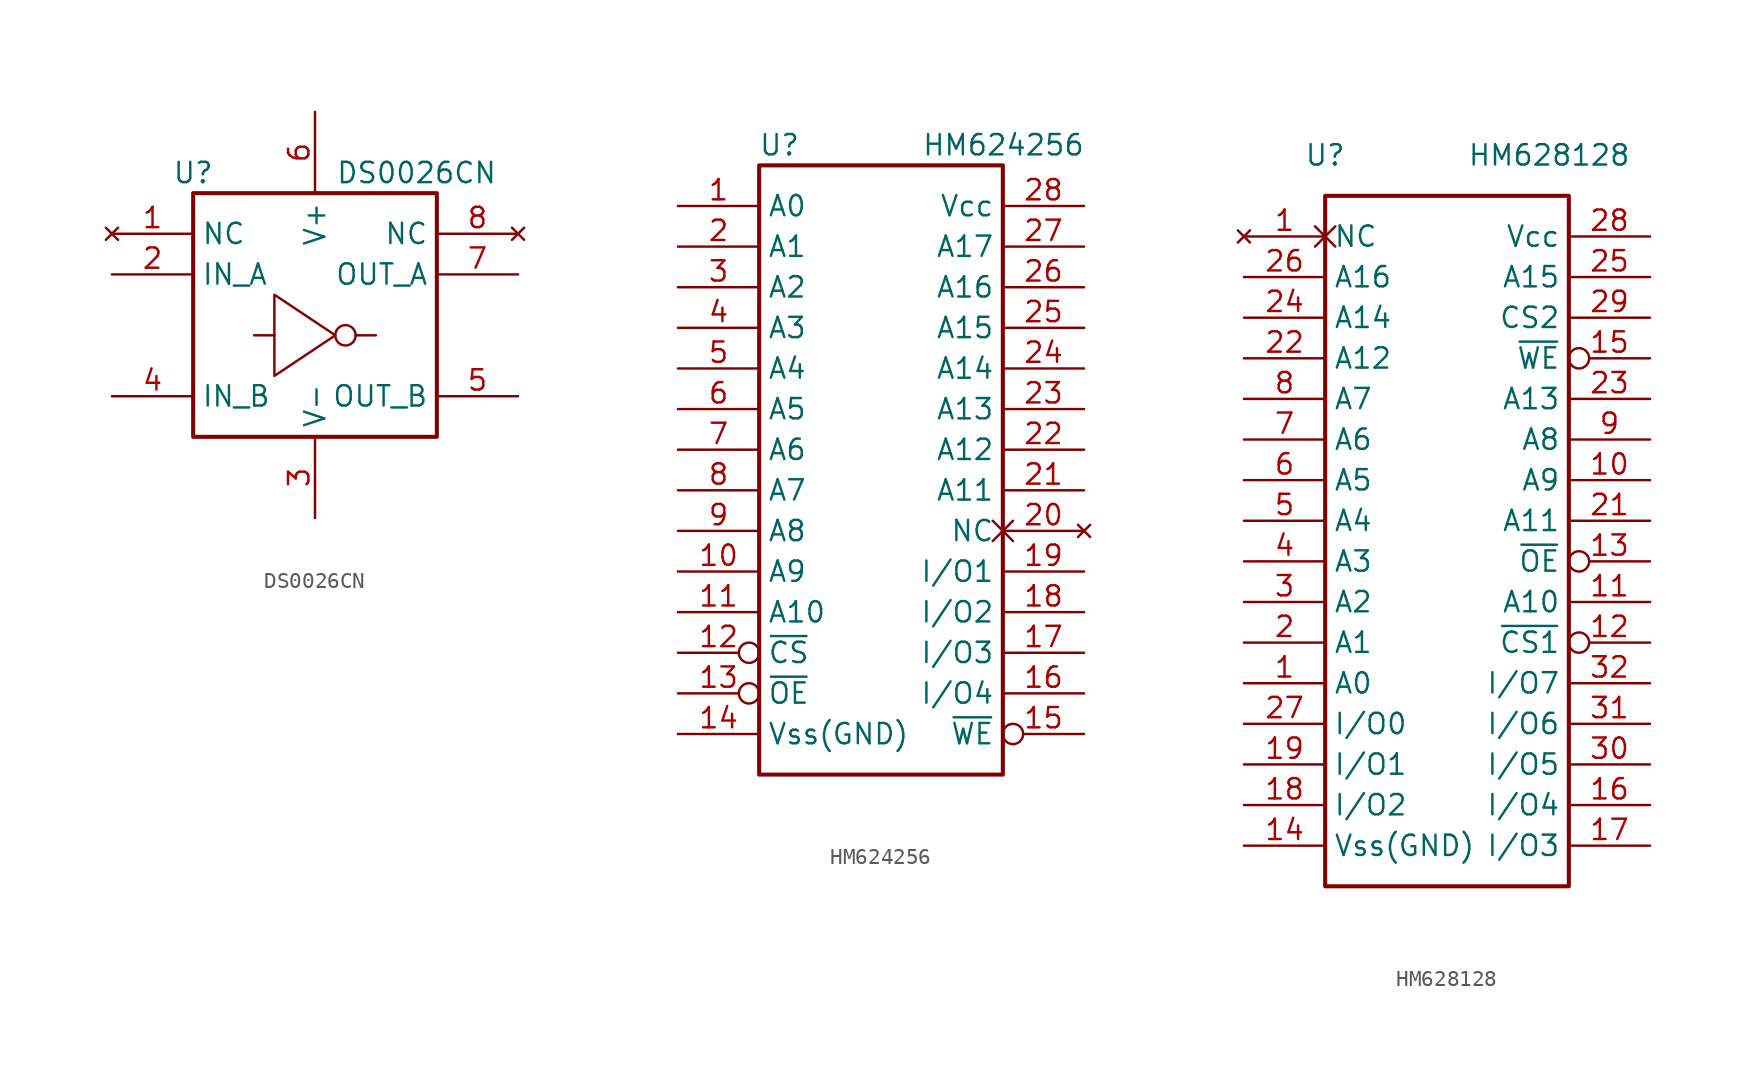
<source format=kicad_sym>
(kicad_symbol_lib
  (version 20231120)
  (generator "kicad_symbol_editor")
  (generator_version "8.0")
  (symbol "DS0026CN"
    (property "Reference" "U"
      (at -7.62 -11.43 0)
      (effects (font (size 1.27 1.27))))
    (property "Value" "DS0026CN"
      (at 6.35 -11.43 0)
      (effects (font (size 1.27 1.27))))
    (symbol "DS0026CN_0_1"
      (circle (center 1.905 -21.59) (radius 0.637) (stroke (width 0) (type default)) (fill (type none))))
    (symbol "DS0026CN_1_0"
      (pin no_connect line (at -12.7 -15.24 0) (length 5.08) (name "NC" (effects (font (size 1.27 1.27)))) (number "1" (effects (font (size 1.27 1.27)))))
      (pin input line (at -12.7 -17.78 0) (length 5.08) (name "IN_A" (effects (font (size 1.27 1.27)))) (number "2" (effects (font (size 1.27 1.27)))))
      (pin power_in line (at 0 -33.02 90) (length 5.08) (name "V-" (effects (font (size 1.27 1.27)))) (number "3" (effects (font (size 1.27 1.27)))))
      (pin input line (at -12.7 -25.4 0) (length 5.08) (name "IN_B" (effects (font (size 1.27 1.27)))) (number "4" (effects (font (size 1.27 1.27)))))
      (pin output line (at 12.7 -25.4 180) (length 5.08) (name "OUT_B" (effects (font (size 1.27 1.27)))) (number "5" (effects (font (size 1.27 1.27)))))
      (pin power_in line (at 0 -7.62 270) (length 5.08) (name "V+" (effects (font (size 1.27 1.27)))) (number "6" (effects (font (size 1.27 1.27)))))
      (pin output line (at 12.7 -17.78 180) (length 5.08) (name "OUT_A" (effects (font (size 1.27 1.27)))) (number "7" (effects (font (size 1.27 1.27)))))
      (pin no_connect line (at 12.7 -15.24 180) (length 5.08) (name "NC" (effects (font (size 1.27 1.27)))) (number "8" (effects (font (size 1.27 1.27))))))
    (symbol "DS0026CN_1_1"
      (rectangle (start -7.62 -12.7) (end 7.62 -27.94) (stroke (width 0.254) (type default)) (fill (type none)))
      (polyline (pts (xy -2.54 -21.59) (xy -3.81 -21.59)) (stroke (width 0) (type default)) (fill (type none)))
      (polyline (pts (xy 2.54 -21.59) (xy 3.81 -21.59)) (stroke (width 0) (type default)) (fill (type none)))
      (polyline (pts (xy 1.27 -21.59) (xy -2.54 -19.05) (xy -2.54 -24.13) (xy 1.27 -21.59)) (stroke (width 0) (type default)) (fill (type none)))))
  (symbol "HM624256"
    (property "Reference" "U"
      (at -6.35 19.05 0)
      (effects (font (size 1.27 1.27))))
    (property "Value" "HM624256"
      (at 2.54 19.05 0)
      (effects (font (size 1.27 1.27)) (justify left)))
    (symbol "HM624256_1_1"
      (rectangle (start -7.62 17.78) (end 7.62 -20.32) (stroke (width 0.254) (type default)) (fill (type none)))
      (pin input line (at -12.7 15.24 0) (length 5.08) (name "A0" (effects (font (size 1.27 1.27)))) (number "1" (effects (font (size 1.27 1.27)))))
      (pin input line (at -12.7 -7.62 0) (length 5.08) (name "A9" (effects (font (size 1.27 1.27)))) (number "10" (effects (font (size 1.27 1.27)))))
      (pin input line (at -12.7 -10.16 0) (length 5.08) (name "A10" (effects (font (size 1.27 1.27)))) (number "11" (effects (font (size 1.27 1.27)))))
      (pin input inverted (at -12.7 -12.7 0) (length 5.08) (name "~{CS}" (effects (font (size 1.27 1.27)))) (number "12" (effects (font (size 1.27 1.27)))))
      (pin input inverted (at -12.7 -15.24 0) (length 5.08) (name "~{OE}" (effects (font (size 1.27 1.27)))) (number "13" (effects (font (size 1.27 1.27)))))
      (pin power_in line (at -12.7 -17.78 0) (length 5.08) (name "Vss(GND)" (effects (font (size 1.27 1.27)))) (number "14" (effects (font (size 1.27 1.27)))))
      (pin input inverted (at 12.7 -17.78 180) (length 5.08) (name "~{WE}" (effects (font (size 1.27 1.27)))) (number "15" (effects (font (size 1.27 1.27)))))
      (pin tri_state line (at 12.7 -15.24 180) (length 5.08) (name "I/O4" (effects (font (size 1.27 1.27)))) (number "16" (effects (font (size 1.27 1.27)))))
      (pin tri_state line (at 12.7 -12.7 180) (length 5.08) (name "I/O3" (effects (font (size 1.27 1.27)))) (number "17" (effects (font (size 1.27 1.27)))))
      (pin tri_state line (at 12.7 -10.16 180) (length 5.08) (name "I/O2" (effects (font (size 1.27 1.27)))) (number "18" (effects (font (size 1.27 1.27)))))
      (pin tri_state line (at 12.7 -7.62 180) (length 5.08) (name "I/O1" (effects (font (size 1.27 1.27)))) (number "19" (effects (font (size 1.27 1.27)))))
      (pin input line (at -12.7 12.7 0) (length 5.08) (name "A1" (effects (font (size 1.27 1.27)))) (number "2" (effects (font (size 1.27 1.27)))))
      (pin no_connect non_logic (at 12.7 -5.08 180) (length 5.08) (name "NC" (effects (font (size 1.27 1.27)))) (number "20" (effects (font (size 1.27 1.27)))))
      (pin input line (at 12.7 -2.54 180) (length 5.08) (name "A11" (effects (font (size 1.27 1.27)))) (number "21" (effects (font (size 1.27 1.27)))))
      (pin input line (at 12.7 0 180) (length 5.08) (name "A12" (effects (font (size 1.27 1.27)))) (number "22" (effects (font (size 1.27 1.27)))))
      (pin input line (at 12.7 2.54 180) (length 5.08) (name "A13" (effects (font (size 1.27 1.27)))) (number "23" (effects (font (size 1.27 1.27)))))
      (pin input line (at 12.7 5.08 180) (length 5.08) (name "A14" (effects (font (size 1.27 1.27)))) (number "24" (effects (font (size 1.27 1.27)))))
      (pin input line (at 12.7 7.62 180) (length 5.08) (name "A15" (effects (font (size 1.27 1.27)))) (number "25" (effects (font (size 1.27 1.27)))))
      (pin input line (at 12.7 10.16 180) (length 5.08) (name "A16" (effects (font (size 1.27 1.27)))) (number "26" (effects (font (size 1.27 1.27)))))
      (pin input line (at 12.7 12.7 180) (length 5.08) (name "A17" (effects (font (size 1.27 1.27)))) (number "27" (effects (font (size 1.27 1.27)))))
      (pin power_in line (at 12.7 15.24 180) (length 5.08) (name "Vcc" (effects (font (size 1.27 1.27)))) (number "28" (effects (font (size 1.27 1.27)))))
      (pin input line (at -12.7 10.16 0) (length 5.08) (name "A2" (effects (font (size 1.27 1.27)))) (number "3" (effects (font (size 1.27 1.27)))))
      (pin input line (at -12.7 7.62 0) (length 5.08) (name "A3" (effects (font (size 1.27 1.27)))) (number "4" (effects (font (size 1.27 1.27)))))
      (pin input line (at -12.7 5.08 0) (length 5.08) (name "A4" (effects (font (size 1.27 1.27)))) (number "5" (effects (font (size 1.27 1.27)))))
      (pin input line (at -12.7 2.54 0) (length 5.08) (name "A5" (effects (font (size 1.27 1.27)))) (number "6" (effects (font (size 1.27 1.27)))))
      (pin input line (at -12.7 0 0) (length 5.08) (name "A6" (effects (font (size 1.27 1.27)))) (number "7" (effects (font (size 1.27 1.27)))))
      (pin input line (at -12.7 -2.54 0) (length 5.08) (name "A7" (effects (font (size 1.27 1.27)))) (number "8" (effects (font (size 1.27 1.27)))))
      (pin input line (at -12.7 -5.08 0) (length 5.08) (name "A8" (effects (font (size 1.27 1.27)))) (number "9" (effects (font (size 1.27 1.27)))))))
  (symbol "HM628128"
    (property "Reference" "U"
      (at -7.62 22.86 0)
      (effects (font (size 1.27 1.27))))
    (property "Value" "HM628128"
      (at 1.27 22.86 0)
      (effects (font (size 1.27 1.27)) (justify left)))
    (symbol "HM628128_1_1"
      (rectangle (start -7.62 20.32) (end 7.62 -22.86) (stroke (width 0.254) (type default)) (fill (type none)))
      (pin input line (at -12.7 -10.16 0) (length 5.08) (name "A0" (effects (font (size 1.27 1.27)))) (number "1" (effects (font (size 1.27 1.27)))))
      (pin no_connect non_logic (at -12.7 17.78 0) (length 5.08) (name "NC" (effects (font (size 1.27 1.27)))) (number "1" (effects (font (size 1.27 1.27)))))
      (pin input line (at 12.7 2.54 180) (length 5.08) (name "A9" (effects (font (size 1.27 1.27)))) (number "10" (effects (font (size 1.27 1.27)))))
      (pin input line (at 12.7 -5.08 180) (length 5.08) (name "A10" (effects (font (size 1.27 1.27)))) (number "11" (effects (font (size 1.27 1.27)))))
      (pin input inverted (at 12.7 -7.62 180) (length 5.08) (name "~{CS1}" (effects (font (size 1.27 1.27)))) (number "12" (effects (font (size 1.27 1.27)))))
      (pin input inverted (at 12.7 -2.54 180) (length 5.08) (name "~{OE}" (effects (font (size 1.27 1.27)))) (number "13" (effects (font (size 1.27 1.27)))))
      (pin power_in line (at -12.7 -20.32 0) (length 5.08) (name "Vss(GND)" (effects (font (size 1.27 1.27)))) (number "14" (effects (font (size 1.27 1.27)))))
      (pin input inverted (at 12.7 10.16 180) (length 5.08) (name "~{WE}" (effects (font (size 1.27 1.27)))) (number "15" (effects (font (size 1.27 1.27)))))
      (pin tri_state line (at 12.7 -17.78 180) (length 5.08) (name "I/O4" (effects (font (size 1.27 1.27)))) (number "16" (effects (font (size 1.27 1.27)))))
      (pin tri_state line (at 12.7 -20.32 180) (length 5.08) (name "I/O3" (effects (font (size 1.27 1.27)))) (number "17" (effects (font (size 1.27 1.27)))))
      (pin tri_state line (at -12.7 -17.78 0) (length 5.08) (name "I/O2" (effects (font (size 1.27 1.27)))) (number "18" (effects (font (size 1.27 1.27)))))
      (pin tri_state line (at -12.7 -15.24 0) (length 5.08) (name "I/O1" (effects (font (size 1.27 1.27)))) (number "19" (effects (font (size 1.27 1.27)))))
      (pin input line (at -12.7 -7.62 0) (length 5.08) (name "A1" (effects (font (size 1.27 1.27)))) (number "2" (effects (font (size 1.27 1.27)))))
      (pin input line (at 12.7 0 180) (length 5.08) (name "A11" (effects (font (size 1.27 1.27)))) (number "21" (effects (font (size 1.27 1.27)))))
      (pin input line (at -12.7 10.16 0) (length 5.08) (name "A12" (effects (font (size 1.27 1.27)))) (number "22" (effects (font (size 1.27 1.27)))))
      (pin input line (at 12.7 7.62 180) (length 5.08) (name "A13" (effects (font (size 1.27 1.27)))) (number "23" (effects (font (size 1.27 1.27)))))
      (pin input line (at -12.7 12.7 0) (length 5.08) (name "A14" (effects (font (size 1.27 1.27)))) (number "24" (effects (font (size 1.27 1.27)))))
      (pin input line (at 12.7 15.24 180) (length 5.08) (name "A15" (effects (font (size 1.27 1.27)))) (number "25" (effects (font (size 1.27 1.27)))))
      (pin input line (at -12.7 15.24 0) (length 5.08) (name "A16" (effects (font (size 1.27 1.27)))) (number "26" (effects (font (size 1.27 1.27)))))
      (pin tri_state line (at -12.7 -12.7 0) (length 5.08) (name "I/O0" (effects (font (size 1.27 1.27)))) (number "27" (effects (font (size 1.27 1.27)))))
      (pin power_in line (at 12.7 17.78 180) (length 5.08) (name "Vcc" (effects (font (size 1.27 1.27)))) (number "28" (effects (font (size 1.27 1.27)))))
      (pin input line (at 12.7 12.7 180) (length 5.08) (name "CS2" (effects (font (size 1.27 1.27)))) (number "29" (effects (font (size 1.27 1.27)))))
      (pin input line (at -12.7 -5.08 0) (length 5.08) (name "A2" (effects (font (size 1.27 1.27)))) (number "3" (effects (font (size 1.27 1.27)))))
      (pin tri_state line (at 12.7 -15.24 180) (length 5.08) (name "I/O5" (effects (font (size 1.27 1.27)))) (number "30" (effects (font (size 1.27 1.27)))))
      (pin tri_state line (at 12.7 -12.7 180) (length 5.08) (name "I/O6" (effects (font (size 1.27 1.27)))) (number "31" (effects (font (size 1.27 1.27)))))
      (pin tri_state line (at 12.7 -10.16 180) (length 5.08) (name "I/O7" (effects (font (size 1.27 1.27)))) (number "32" (effects (font (size 1.27 1.27)))))
      (pin input line (at -12.7 -2.54 0) (length 5.08) (name "A3" (effects (font (size 1.27 1.27)))) (number "4" (effects (font (size 1.27 1.27)))))
      (pin input line (at -12.7 0 0) (length 5.08) (name "A4" (effects (font (size 1.27 1.27)))) (number "5" (effects (font (size 1.27 1.27)))))
      (pin input line (at -12.7 2.54 0) (length 5.08) (name "A5" (effects (font (size 1.27 1.27)))) (number "6" (effects (font (size 1.27 1.27)))))
      (pin input line (at -12.7 5.08 0) (length 5.08) (name "A6" (effects (font (size 1.27 1.27)))) (number "7" (effects (font (size 1.27 1.27)))))
      (pin input line (at -12.7 7.62 0) (length 5.08) (name "A7" (effects (font (size 1.27 1.27)))) (number "8" (effects (font (size 1.27 1.27)))))
      (pin input line (at 12.7 5.08 180) (length 5.08) (name "A8" (effects (font (size 1.27 1.27)))) (number "9" (effects (font (size 1.27 1.27))))))))
</source>
